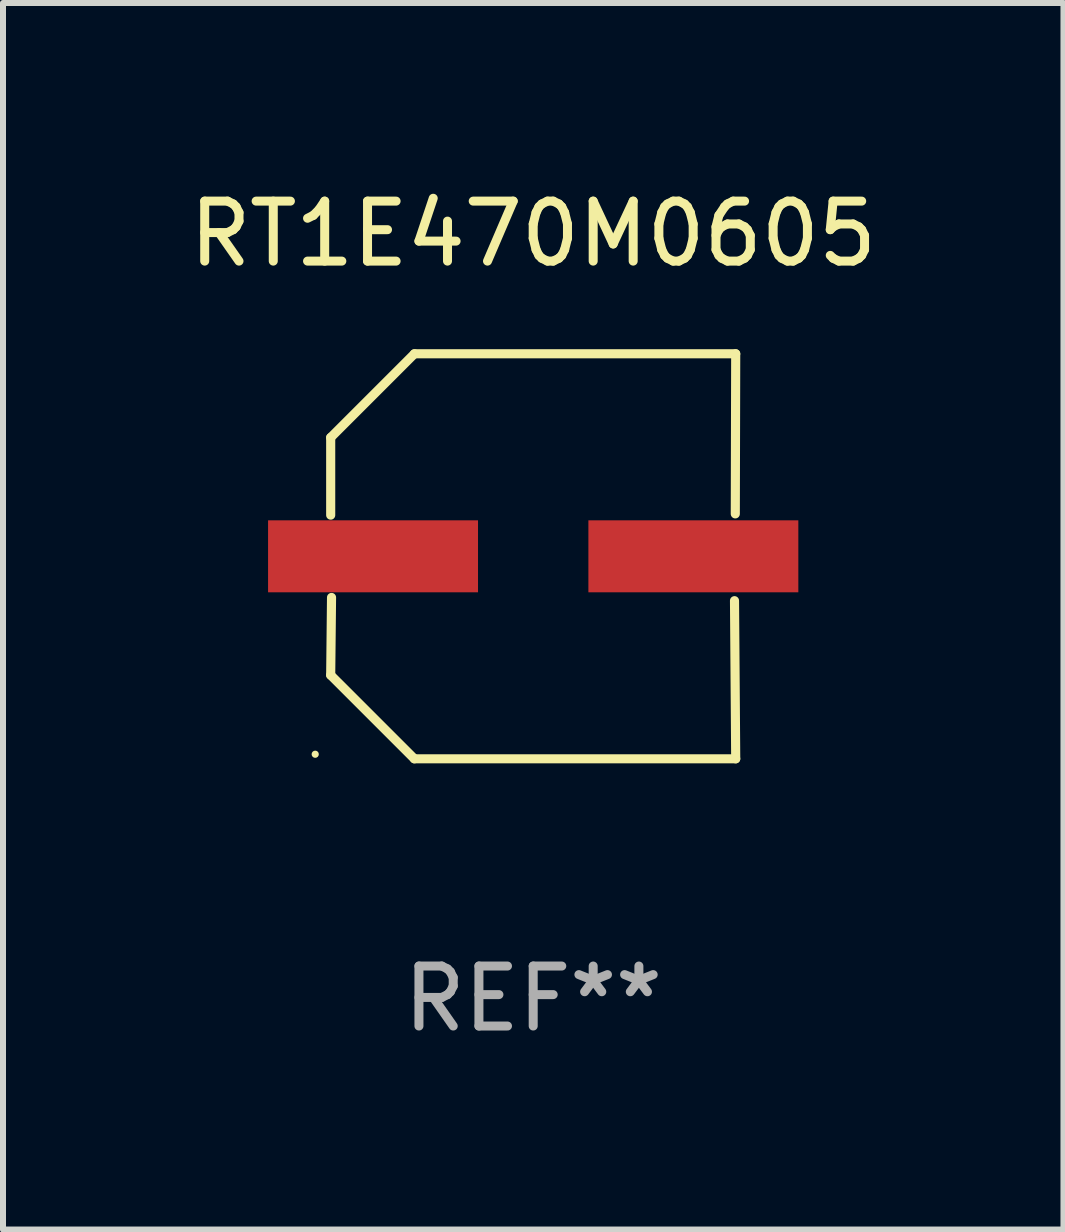
<source format=kicad_pcb>
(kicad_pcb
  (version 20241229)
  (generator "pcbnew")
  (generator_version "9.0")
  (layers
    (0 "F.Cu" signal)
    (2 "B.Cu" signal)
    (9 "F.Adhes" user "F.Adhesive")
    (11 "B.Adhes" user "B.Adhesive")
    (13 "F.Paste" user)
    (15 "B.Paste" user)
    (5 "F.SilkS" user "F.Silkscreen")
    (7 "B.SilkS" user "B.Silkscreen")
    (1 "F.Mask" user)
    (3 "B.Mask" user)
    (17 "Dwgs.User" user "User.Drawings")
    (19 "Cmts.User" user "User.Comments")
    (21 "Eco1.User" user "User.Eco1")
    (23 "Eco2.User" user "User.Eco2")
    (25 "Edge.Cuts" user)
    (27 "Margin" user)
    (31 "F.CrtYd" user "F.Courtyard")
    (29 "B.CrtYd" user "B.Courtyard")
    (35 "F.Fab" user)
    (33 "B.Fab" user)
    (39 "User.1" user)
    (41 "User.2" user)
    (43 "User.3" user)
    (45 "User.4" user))
  (footprint "RT1E470M0605"
    (layer "F.Cu")
    (at 5.839 6.224)
    (property "Reference" "RT1E470M0605" (at 0 -5.376 0) (layer "F.SilkS") (effects (font (size 1 1) (thickness 0.15))))
    (attr through_hole)
    (fp_line (start -3.376 -1.98) (end -3.376 -0.686) (stroke (width 0.152) (type solid)) (layer "F.SilkS"))
    (fp_line (start -3.376 1.981) (end -3.362 0.686) (stroke (width 0.152) (type solid)) (layer "F.SilkS"))
    (fp_line (start -1.981 3.376) (end -3.376 1.981) (stroke (width 0.152) (type solid)) (layer "F.SilkS"))
    (fp_line (start -1.98 -3.376) (end -3.376 -1.98) (stroke (width 0.152) (type solid)) (layer "F.SilkS"))
    (fp_line (start 3.356 0.74) (end 3.376 3.376) (stroke (width 0.152) (type solid)) (layer "F.SilkS"))
    (fp_line (start 3.369 -0.707) (end 3.376 -3.376) (stroke (width 0.152) (type solid)) (layer "F.SilkS"))
    (fp_line (start 3.376 3.376) (end -1.981 3.376) (stroke (width 0.152) (type solid)) (layer "F.SilkS"))
    (fp_line (start 3.376 -3.376) (end -1.98 -3.376) (stroke (width 0.152) (type solid)) (layer "F.SilkS"))
    (fp_circle (center -3.634 3.3) (end -3.604 3.3) (stroke (width 0.06) (type solid)) (fill no) (layer "F.SilkS"))
    (fp_text user "REF**" (at 0 7.376 0) (layer "F.Fab") (effects (font (size 1 1) (thickness 0.15))))
    (pad "1" smd rect (at -2.67 0.000254) (size 3.5 1.2) (layers "F.Cu" "F.Mask" "F.Paste"))
    (pad "2" smd rect (at 2.67 0.000254) (size 3.5 1.2) (layers "F.Cu" "F.Mask" "F.Paste")))
  (gr_rect
    (start -3 -3)
    (end 14.679 17.448)
    (stroke (width 0.1) (type default))
    (fill no)
    (layer "Edge.Cuts")))
</source>
